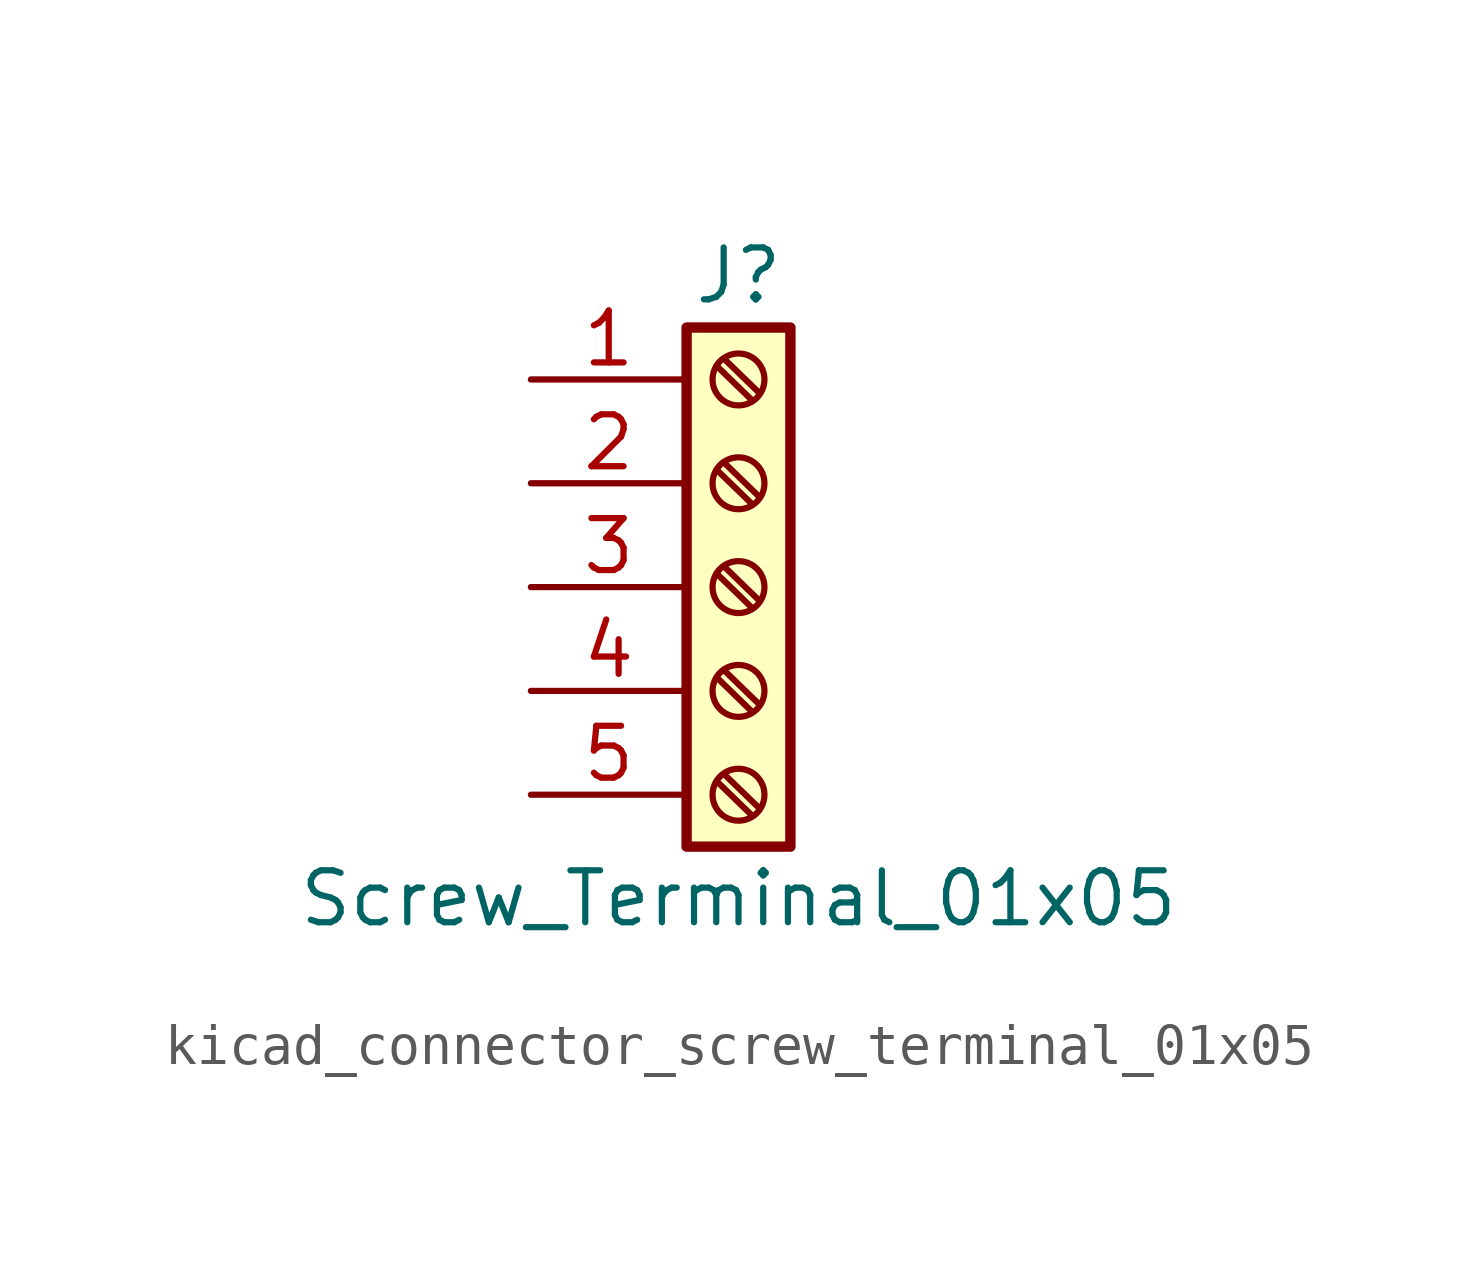
<source format=kicad_sym>
(kicad_symbol_lib
  (version 20220914)
  (generator kicad_symbol_editor)
  (symbol "kicad_connector_screw_terminal_01x05"
    (pin_names
      (offset 1.016) hide)
    (property "Reference" "J"
      (at 0 7.62 0)
      (effects (font (size 1.27 1.27))))
    (property "Value" "Screw_Terminal_01x05"
      (at 0 -7.62 0)
      (effects (font (size 1.27 1.27))))
    (symbol "kicad_connector_screw_terminal_01x05_1_1"
      (rectangle (start -1.27 6.35) (end 1.27 -6.35) (stroke (width 0.254) (type default)) (fill (type background)))
      (circle (center 0 -5.08) (radius 0.635) (stroke (width 0.152) (type default)) (fill (type none)))
      (circle (center 0 -2.54) (radius 0.635) (stroke (width 0.152) (type default)) (fill (type none)))
      (polyline (pts (xy -0.533 -4.75) (xy 0.33 -5.588)) (stroke (width 0.152) (type default)) (fill (type none)))
      (polyline (pts (xy -0.533 -2.21) (xy 0.33 -3.048)) (stroke (width 0.152) (type default)) (fill (type none)))
      (polyline (pts (xy -0.533 0.33) (xy 0.33 -0.508)) (stroke (width 0.152) (type default)) (fill (type none)))
      (polyline (pts (xy -0.533 2.87) (xy 0.33 2.032)) (stroke (width 0.152) (type default)) (fill (type none)))
      (polyline (pts (xy -0.533 5.41) (xy 0.33 4.572)) (stroke (width 0.152) (type default)) (fill (type none)))
      (polyline (pts (xy -0.356 -4.572) (xy 0.508 -5.41)) (stroke (width 0.152) (type default)) (fill (type none)))
      (polyline (pts (xy -0.356 -2.032) (xy 0.508 -2.87)) (stroke (width 0.152) (type default)) (fill (type none)))
      (polyline (pts (xy -0.356 0.508) (xy 0.508 -0.33)) (stroke (width 0.152) (type default)) (fill (type none)))
      (polyline (pts (xy -0.356 3.048) (xy 0.508 2.21)) (stroke (width 0.152) (type default)) (fill (type none)))
      (polyline (pts (xy -0.356 5.588) (xy 0.508 4.75)) (stroke (width 0.152) (type default)) (fill (type none)))
      (circle (center 0 0) (radius 0.635) (stroke (width 0.152) (type default)) (fill (type none)))
      (circle (center 0 2.54) (radius 0.635) (stroke (width 0.152) (type default)) (fill (type none)))
      (circle (center 0 5.08) (radius 0.635) (stroke (width 0.152) (type default)) (fill (type none)))
      (pin passive line (at -5.08 5.08 0) (length 3.81) (name "Pin_1" (effects (font (size 1.27 1.27)))) (number "1" (effects (font (size 1.27 1.27)))))
      (pin passive line (at -5.08 2.54 0) (length 3.81) (name "Pin_2" (effects (font (size 1.27 1.27)))) (number "2" (effects (font (size 1.27 1.27)))))
      (pin passive line (at -5.08 0 0) (length 3.81) (name "Pin_3" (effects (font (size 1.27 1.27)))) (number "3" (effects (font (size 1.27 1.27)))))
      (pin passive line (at -5.08 -2.54 0) (length 3.81) (name "Pin_4" (effects (font (size 1.27 1.27)))) (number "4" (effects (font (size 1.27 1.27)))))
      (pin passive line (at -5.08 -5.08 0) (length 3.81) (name "Pin_5" (effects (font (size 1.27 1.27)))) (number "5" (effects (font (size 1.27 1.27))))))))
</source>
